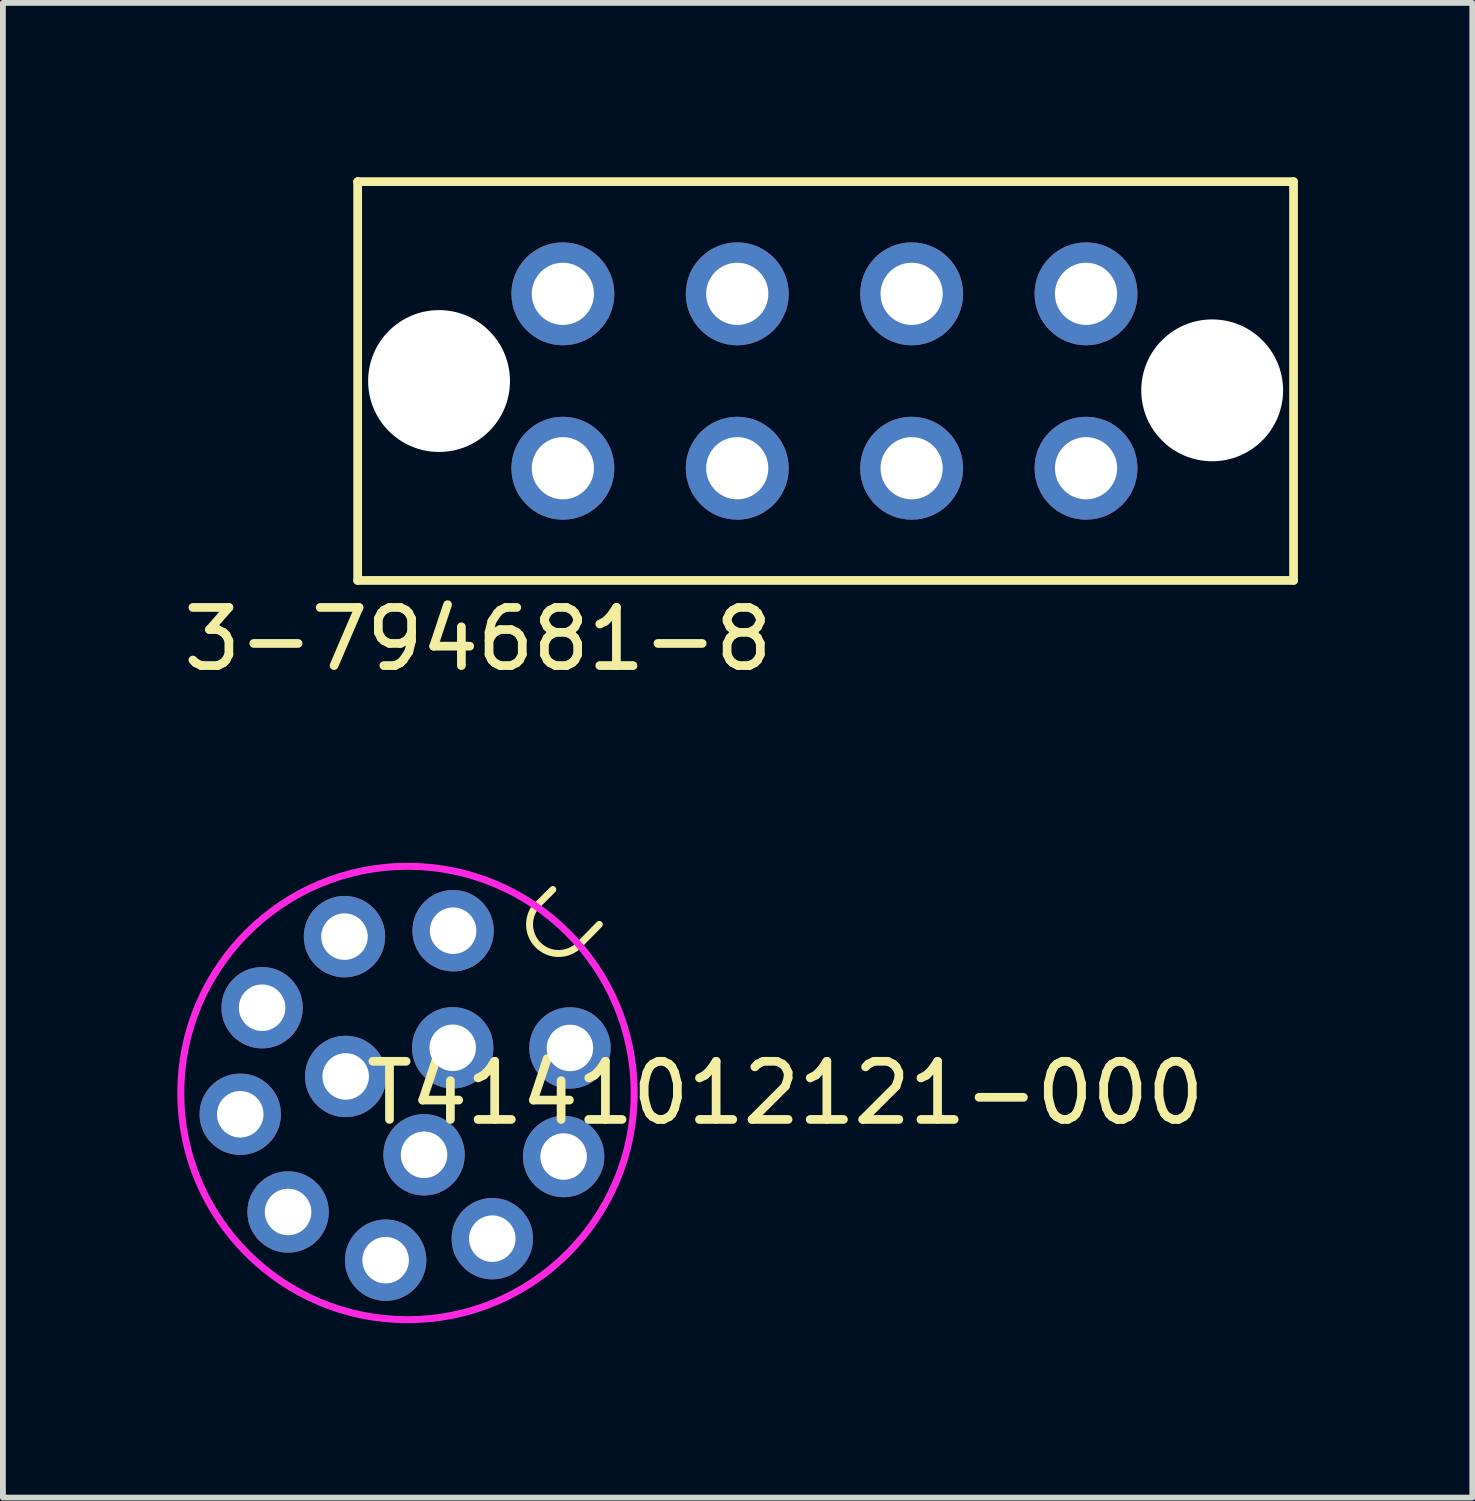
<source format=kicad_pcb>
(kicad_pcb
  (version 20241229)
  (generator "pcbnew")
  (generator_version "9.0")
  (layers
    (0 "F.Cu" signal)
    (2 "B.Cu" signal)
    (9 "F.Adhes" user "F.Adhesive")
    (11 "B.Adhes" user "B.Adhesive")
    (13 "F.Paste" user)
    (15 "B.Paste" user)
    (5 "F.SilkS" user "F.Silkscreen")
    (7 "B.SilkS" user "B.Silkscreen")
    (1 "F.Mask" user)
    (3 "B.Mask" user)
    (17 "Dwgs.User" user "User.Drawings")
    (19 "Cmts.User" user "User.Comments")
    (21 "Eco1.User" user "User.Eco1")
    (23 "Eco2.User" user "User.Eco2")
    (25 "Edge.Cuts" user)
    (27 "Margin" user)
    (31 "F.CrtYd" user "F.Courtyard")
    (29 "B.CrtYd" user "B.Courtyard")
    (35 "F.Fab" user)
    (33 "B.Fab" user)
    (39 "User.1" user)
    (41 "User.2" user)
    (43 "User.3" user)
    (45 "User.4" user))
  (footprint "T4141012121-000"
    (layer "F.Cu")
    (at 3.96 15.753)
    (property "Reference" "T4141012121-000" (at 6.5 0 0) (layer "F.SilkS") (effects (font (size 1 1) (thickness 0.15))))
    (attr through_hole)
    (fp_line (start 2.2 -3.2) (end 2.5 -3.5) (stroke (width 0.12) (type solid)) (layer "F.SilkS"))
    (fp_line (start 2.954 -2.547) (end 3.3 -2.9) (stroke (width 0.12) (type solid)) (layer "F.SilkS"))
    (fp_arc (start 2.953739 -2.546633) (mid 2.272499 -2.522187) (end 2.2 -3.199999) (stroke (width 0.12) (type solid)) (layer "F.SilkS"))
    (fp_circle (center 0 0) (end 3.9 0) (stroke (width 0.12) (type solid)) (fill no) (layer "F.CrtYd"))
    (pad "1" thru_hole circle (at 0.785 -2.792) (size 1.4 1.4) (drill 0.8) (layers "*.Cu" "*.Mask"))
    (pad "2" thru_hole circle (at 2.795 -0.775) (size 1.4 1.4) (drill 0.8) (layers "*.Cu" "*.Mask"))
    (pad "3" thru_hole circle (at 2.686 1.093) (size 1.4 1.4) (drill 0.8) (layers "*.Cu" "*.Mask"))
    (pad "4" thru_hole circle (at 1.459 2.506) (size 1.4 1.4) (drill 0.8) (layers "*.Cu" "*.Mask"))
    (pad "5" thru_hole circle (at -0.376 2.876) (size 1.4 1.4) (drill 0.8) (layers "*.Cu" "*.Mask"))
    (pad "6" thru_hole circle (at -2.054 2.047) (size 1.4 1.4) (drill 0.8) (layers "*.Cu" "*.Mask"))
    (pad "7" thru_hole circle (at -2.877 0.366) (size 1.4 1.4) (drill 0.8) (layers "*.Cu" "*.Mask"))
    (pad "8" thru_hole circle (at -2.501 -1.467) (size 1.4 1.4) (drill 0.8) (layers "*.Cu" "*.Mask"))
    (pad "9" thru_hole circle (at -1.084 -2.69) (size 1.4 1.4) (drill 0.8) (layers "*.Cu" "*.Mask"))
    (pad "10" thru_hole circle (at 0.778 -0.778) (size 1.4 1.4) (drill 0.8) (layers "*.Cu" "*.Mask"))
    (pad "11" thru_hole circle (at 0.285 1.063) (size 1.4 1.4) (drill 0.8) (layers "*.Cu" "*.Mask"))
    (pad "12" thru_hole circle (at -1.063 -0.285) (size 1.4 1.4) (drill 0.8) (layers "*.Cu" "*.Mask")))
  (footprint "3-794681-8"
    (layer "F.Cu")
    (at 4.503 3.505)
    (property "Reference" "3-794681-8" (at 0.67 4.44 0) (layer "F.SilkS") (effects (font (size 1 1) (thickness 0.15))))
    (attr through_hole)
    (fp_line (start -1.4 -3.43) (end -1.4 3.43) (stroke (width 0.15) (type solid)) (layer "F.SilkS"))
    (fp_line (start -1.4 -3.43) (end 14.7 -3.43) (stroke (width 0.15) (type solid)) (layer "F.SilkS"))
    (fp_line (start -1.4 3.43) (end 14.7 3.43) (stroke (width 0.15) (type solid)) (layer "F.SilkS"))
    (fp_line (start 14.7 -3.43) (end 14.7 3.43) (stroke (width 0.15) (type solid)) (layer "F.SilkS"))
    (pad "" np_thru_hole circle (at 0 0) (size 2.44 2.44) (drill 2.44) (layers "*.Cu" "*.Mask"))
    (pad "" np_thru_hole circle (at 13.3 0.16) (size 2.44 2.44) (drill 2.44) (layers "*.Cu" "*.Mask"))
    (pad "1" thru_hole circle (at 2.13 -1.5) (size 1.77 1.77) (drill 1.07) (layers "*.Cu" "*.Mask"))
    (pad "2" thru_hole circle (at 5.13 -1.5) (size 1.77 1.77) (drill 1.07) (layers "*.Cu" "*.Mask"))
    (pad "3" thru_hole circle (at 8.13 -1.5) (size 1.77 1.77) (drill 1.07) (layers "*.Cu" "*.Mask"))
    (pad "4" thru_hole circle (at 11.13 -1.5) (size 1.77 1.77) (drill 1.07) (layers "*.Cu" "*.Mask"))
    (pad "5" thru_hole circle (at 2.13 1.5) (size 1.77 1.77) (drill 1.07) (layers "*.Cu" "*.Mask"))
    (pad "6" thru_hole circle (at 5.13 1.5) (size 1.77 1.77) (drill 1.07) (layers "*.Cu" "*.Mask"))
    (pad "7" thru_hole circle (at 8.13 1.5) (size 1.77 1.77) (drill 1.07) (layers "*.Cu" "*.Mask"))
    (pad "8" thru_hole circle (at 11.13 1.5) (size 1.77 1.77) (drill 1.07) (layers "*.Cu" "*.Mask")))
  (gr_rect
    (start -3 -3)
    (end 22.278 22.713)
    (stroke (width 0.1) (type default))
    (fill no)
    (layer "Edge.Cuts")))
</source>
